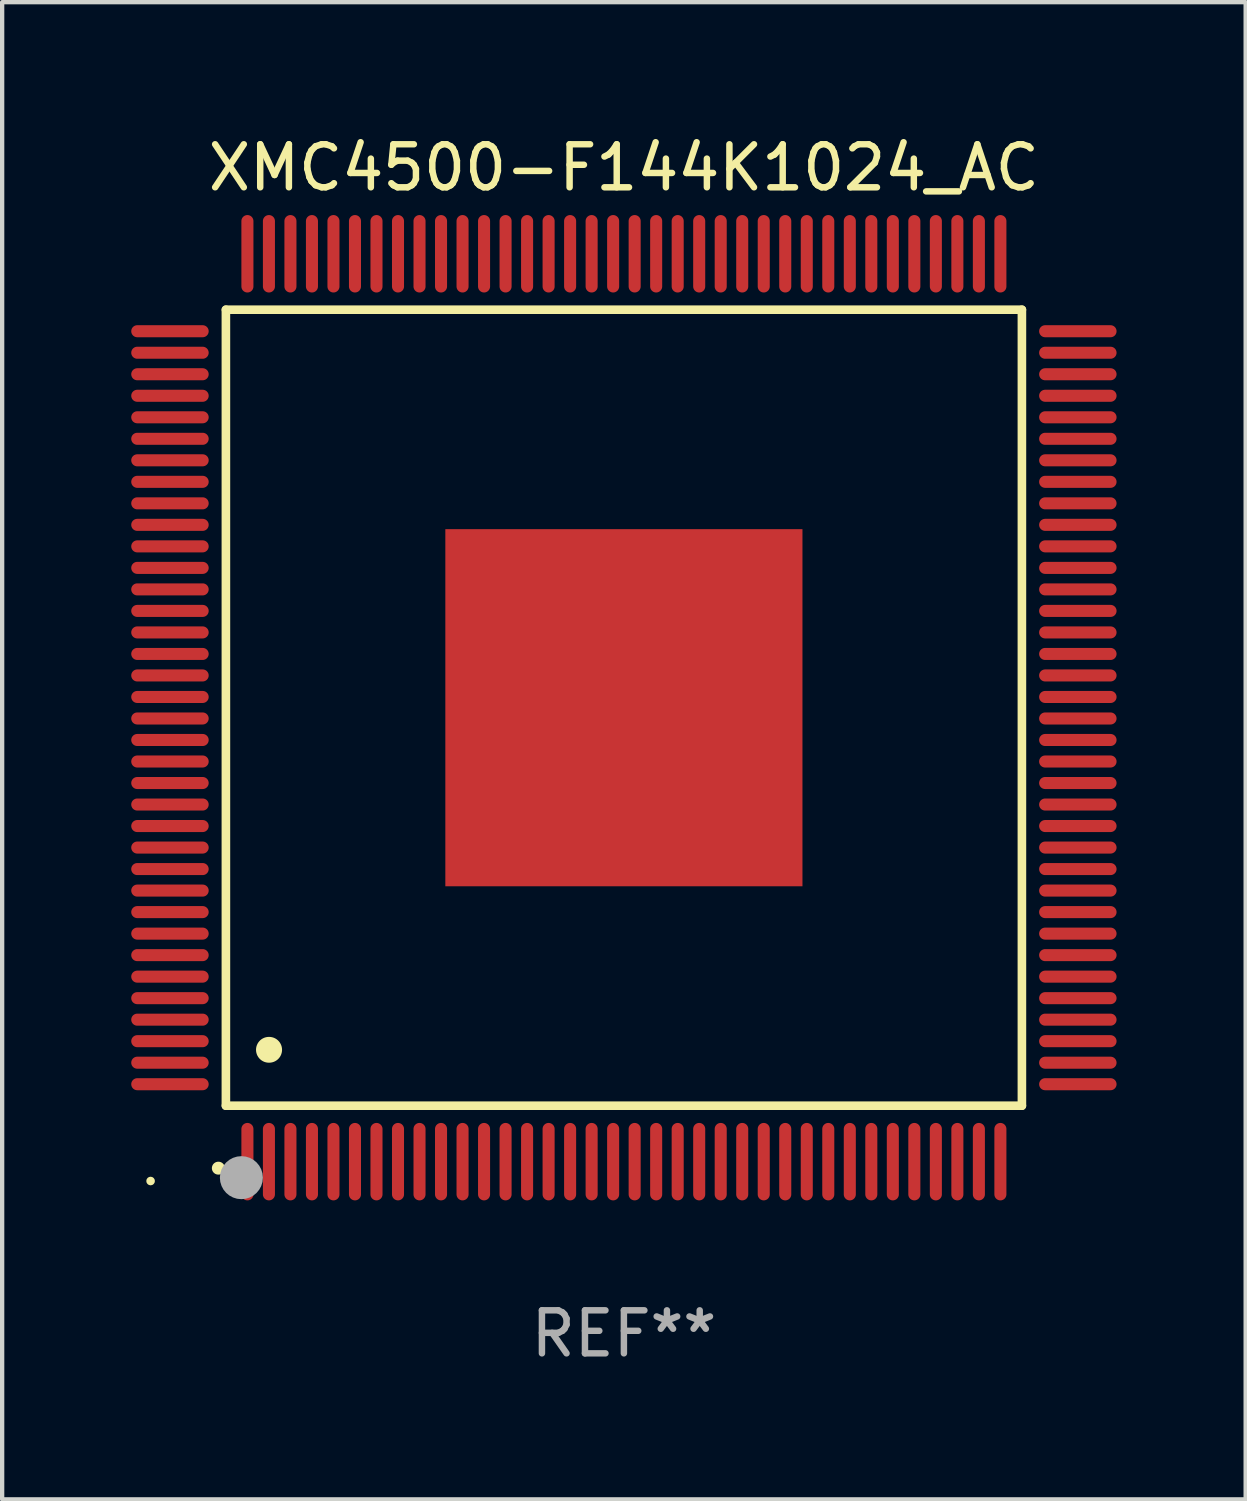
<source format=kicad_pcb>
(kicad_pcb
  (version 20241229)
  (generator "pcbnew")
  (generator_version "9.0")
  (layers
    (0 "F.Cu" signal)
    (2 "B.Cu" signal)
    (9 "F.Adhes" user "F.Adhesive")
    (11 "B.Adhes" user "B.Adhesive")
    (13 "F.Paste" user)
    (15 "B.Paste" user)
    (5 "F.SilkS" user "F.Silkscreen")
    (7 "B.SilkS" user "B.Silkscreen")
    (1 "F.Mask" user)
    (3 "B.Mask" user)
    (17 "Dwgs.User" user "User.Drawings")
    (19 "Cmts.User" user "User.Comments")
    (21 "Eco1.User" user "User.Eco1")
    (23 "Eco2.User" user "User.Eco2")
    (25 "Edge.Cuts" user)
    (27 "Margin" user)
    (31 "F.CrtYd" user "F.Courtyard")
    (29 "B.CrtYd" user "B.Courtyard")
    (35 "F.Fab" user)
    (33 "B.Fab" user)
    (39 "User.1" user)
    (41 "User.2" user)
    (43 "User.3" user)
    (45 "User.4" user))
  (footprint "XMC4500-F144K1024_AC"
    (layer "F.Cu")
    (at 11.45 13.398)
    (property "Reference" "XMC4500-F144K1024_AC" (at 0 -12.55 0) (layer "F.SilkS") (effects (font (size 1 1) (thickness 0.15))))
    (attr through_hole)
    (fp_line (start -9.25 -9.25) (end 9.25 -9.25) (stroke (width 0.2) (type solid)) (layer "F.SilkS"))
    (fp_line (start -9.25 9.25) (end -9.25 -9.25) (stroke (width 0.2) (type solid)) (layer "F.SilkS"))
    (fp_line (start 9.25 -9.25) (end 9.25 9.25) (stroke (width 0.2) (type solid)) (layer "F.SilkS"))
    (fp_line (start 9.25 9.25) (end -9.25 9.25) (stroke (width 0.2) (type solid)) (layer "F.SilkS"))
    (fp_arc (start -9.425959 10.701041) (mid -9.424689 10.701036) (end -9.423419 10.701041) (stroke (width 0.3) (type solid)) (layer "F.SilkS"))
    (fp_arc (start -8.249936 7.950216) (mid -8.247396 7.950205) (end -8.244856 7.950216) (stroke (width 0.6) (type solid)) (layer "F.SilkS"))
    (fp_circle (center -11 11) (end -10.95 11) (stroke (width 0.1) (type solid)) (fill no) (layer "F.SilkS"))
    (fp_circle (center -8.89 10.922) (end -8.64 10.922) (stroke (width 0.5) (type solid)) (fill no) (layer "F.Fab"))
    (fp_text user "REF**" (at 0 14.55 0) (layer "F.Fab") (effects (font (size 1 1) (thickness 0.15))))
    (pad "1" smd oval (at -8.75 10.55) (size 0.28 1.8) (layers "F.Cu" "F.Mask" "F.Paste"))
    (pad "2" smd oval (at -8.25 10.55) (size 0.28 1.8) (layers "F.Cu" "F.Mask" "F.Paste"))
    (pad "3" smd oval (at -7.75 10.55) (size 0.28 1.8) (layers "F.Cu" "F.Mask" "F.Paste"))
    (pad "4" smd oval (at -7.25 10.55) (size 0.28 1.8) (layers "F.Cu" "F.Mask" "F.Paste"))
    (pad "5" smd oval (at -6.75 10.55) (size 0.28 1.8) (layers "F.Cu" "F.Mask" "F.Paste"))
    (pad "6" smd oval (at -6.25 10.55) (size 0.28 1.8) (layers "F.Cu" "F.Mask" "F.Paste"))
    (pad "7" smd oval (at -5.75 10.55) (size 0.28 1.8) (layers "F.Cu" "F.Mask" "F.Paste"))
    (pad "8" smd oval (at -5.25 10.55) (size 0.28 1.8) (layers "F.Cu" "F.Mask" "F.Paste"))
    (pad "9" smd oval (at -4.75 10.55) (size 0.28 1.8) (layers "F.Cu" "F.Mask" "F.Paste"))
    (pad "10" smd oval (at -4.25 10.55) (size 0.28 1.8) (layers "F.Cu" "F.Mask" "F.Paste"))
    (pad "11" smd oval (at -3.75 10.55) (size 0.28 1.8) (layers "F.Cu" "F.Mask" "F.Paste"))
    (pad "12" smd oval (at -3.25 10.55) (size 0.28 1.8) (layers "F.Cu" "F.Mask" "F.Paste"))
    (pad "13" smd oval (at -2.75 10.55) (size 0.28 1.8) (layers "F.Cu" "F.Mask" "F.Paste"))
    (pad "14" smd oval (at -2.25 10.55) (size 0.28 1.8) (layers "F.Cu" "F.Mask" "F.Paste"))
    (pad "15" smd oval (at -1.75 10.55) (size 0.28 1.8) (layers "F.Cu" "F.Mask" "F.Paste"))
    (pad "16" smd oval (at -1.25 10.55) (size 0.28 1.8) (layers "F.Cu" "F.Mask" "F.Paste"))
    (pad "17" smd oval (at -0.75 10.55) (size 0.28 1.8) (layers "F.Cu" "F.Mask" "F.Paste"))
    (pad "18" smd oval (at -0.25 10.55) (size 0.28 1.8) (layers "F.Cu" "F.Mask" "F.Paste"))
    (pad "19" smd oval (at 0.25 10.55) (size 0.28 1.8) (layers "F.Cu" "F.Mask" "F.Paste"))
    (pad "20" smd oval (at 0.75 10.55) (size 0.28 1.8) (layers "F.Cu" "F.Mask" "F.Paste"))
    (pad "21" smd oval (at 1.25 10.55) (size 0.28 1.8) (layers "F.Cu" "F.Mask" "F.Paste"))
    (pad "22" smd oval (at 1.75 10.55) (size 0.28 1.8) (layers "F.Cu" "F.Mask" "F.Paste"))
    (pad "23" smd oval (at 2.25 10.55) (size 0.28 1.8) (layers "F.Cu" "F.Mask" "F.Paste"))
    (pad "24" smd oval (at 2.75 10.55) (size 0.28 1.8) (layers "F.Cu" "F.Mask" "F.Paste"))
    (pad "25" smd oval (at 3.25 10.55) (size 0.28 1.8) (layers "F.Cu" "F.Mask" "F.Paste"))
    (pad "26" smd oval (at 3.75 10.55) (size 0.28 1.8) (layers "F.Cu" "F.Mask" "F.Paste"))
    (pad "27" smd oval (at 4.25 10.55) (size 0.28 1.8) (layers "F.Cu" "F.Mask" "F.Paste"))
    (pad "28" smd oval (at 4.75 10.55) (size 0.28 1.8) (layers "F.Cu" "F.Mask" "F.Paste"))
    (pad "29" smd oval (at 5.25 10.55) (size 0.28 1.8) (layers "F.Cu" "F.Mask" "F.Paste"))
    (pad "30" smd oval (at 5.75 10.55) (size 0.28 1.8) (layers "F.Cu" "F.Mask" "F.Paste"))
    (pad "31" smd oval (at 6.25 10.55) (size 0.28 1.8) (layers "F.Cu" "F.Mask" "F.Paste"))
    (pad "32" smd oval (at 6.75 10.55) (size 0.28 1.8) (layers "F.Cu" "F.Mask" "F.Paste"))
    (pad "33" smd oval (at 7.25 10.55) (size 0.28 1.8) (layers "F.Cu" "F.Mask" "F.Paste"))
    (pad "34" smd oval (at 7.75 10.55) (size 0.28 1.8) (layers "F.Cu" "F.Mask" "F.Paste"))
    (pad "35" smd oval (at 8.25 10.55) (size 0.28 1.8) (layers "F.Cu" "F.Mask" "F.Paste"))
    (pad "36" smd oval (at 8.75 10.55) (size 0.28 1.8) (layers "F.Cu" "F.Mask" "F.Paste"))
    (pad "37" smd oval (at 10.55 8.75) (size 1.8 0.28) (layers "F.Cu" "F.Mask" "F.Paste"))
    (pad "38" smd oval (at 10.55 8.25) (size 1.8 0.28) (layers "F.Cu" "F.Mask" "F.Paste"))
    (pad "39" smd oval (at 10.55 7.75) (size 1.8 0.28) (layers "F.Cu" "F.Mask" "F.Paste"))
    (pad "40" smd oval (at 10.55 7.25) (size 1.8 0.28) (layers "F.Cu" "F.Mask" "F.Paste"))
    (pad "41" smd oval (at 10.55 6.75) (size 1.8 0.28) (layers "F.Cu" "F.Mask" "F.Paste"))
    (pad "42" smd oval (at 10.55 6.25) (size 1.8 0.28) (layers "F.Cu" "F.Mask" "F.Paste"))
    (pad "43" smd oval (at 10.55 5.75) (size 1.8 0.28) (layers "F.Cu" "F.Mask" "F.Paste"))
    (pad "44" smd oval (at 10.55 5.25) (size 1.8 0.28) (layers "F.Cu" "F.Mask" "F.Paste"))
    (pad "45" smd oval (at 10.55 4.75) (size 1.8 0.28) (layers "F.Cu" "F.Mask" "F.Paste"))
    (pad "46" smd oval (at 10.55 4.25) (size 1.8 0.28) (layers "F.Cu" "F.Mask" "F.Paste"))
    (pad "47" smd oval (at 10.55 3.75) (size 1.8 0.28) (layers "F.Cu" "F.Mask" "F.Paste"))
    (pad "48" smd oval (at 10.55 3.25) (size 1.8 0.28) (layers "F.Cu" "F.Mask" "F.Paste"))
    (pad "49" smd oval (at 10.55 2.75) (size 1.8 0.28) (layers "F.Cu" "F.Mask" "F.Paste"))
    (pad "50" smd oval (at 10.55 2.25) (size 1.8 0.28) (layers "F.Cu" "F.Mask" "F.Paste"))
    (pad "51" smd oval (at 10.55 1.75) (size 1.8 0.28) (layers "F.Cu" "F.Mask" "F.Paste"))
    (pad "52" smd oval (at 10.55 1.25) (size 1.8 0.28) (layers "F.Cu" "F.Mask" "F.Paste"))
    (pad "53" smd oval (at 10.55 0.75) (size 1.8 0.28) (layers "F.Cu" "F.Mask" "F.Paste"))
    (pad "54" smd oval (at 10.55 0.25) (size 1.8 0.28) (layers "F.Cu" "F.Mask" "F.Paste"))
    (pad "55" smd oval (at 10.55 -0.25) (size 1.8 0.28) (layers "F.Cu" "F.Mask" "F.Paste"))
    (pad "56" smd oval (at 10.55 -0.75) (size 1.8 0.28) (layers "F.Cu" "F.Mask" "F.Paste"))
    (pad "57" smd oval (at 10.55 -1.25) (size 1.8 0.28) (layers "F.Cu" "F.Mask" "F.Paste"))
    (pad "58" smd oval (at 10.55 -1.75) (size 1.8 0.28) (layers "F.Cu" "F.Mask" "F.Paste"))
    (pad "59" smd oval (at 10.55 -2.25) (size 1.8 0.28) (layers "F.Cu" "F.Mask" "F.Paste"))
    (pad "60" smd oval (at 10.55 -2.75) (size 1.8 0.28) (layers "F.Cu" "F.Mask" "F.Paste"))
    (pad "61" smd oval (at 10.55 -3.25) (size 1.8 0.28) (layers "F.Cu" "F.Mask" "F.Paste"))
    (pad "62" smd oval (at 10.55 -3.75) (size 1.8 0.28) (layers "F.Cu" "F.Mask" "F.Paste"))
    (pad "63" smd oval (at 10.55 -4.25) (size 1.8 0.28) (layers "F.Cu" "F.Mask" "F.Paste"))
    (pad "64" smd oval (at 10.55 -4.75) (size 1.8 0.28) (layers "F.Cu" "F.Mask" "F.Paste"))
    (pad "65" smd oval (at 10.55 -5.25) (size 1.8 0.28) (layers "F.Cu" "F.Mask" "F.Paste"))
    (pad "66" smd oval (at 10.55 -5.75) (size 1.8 0.28) (layers "F.Cu" "F.Mask" "F.Paste"))
    (pad "67" smd oval (at 10.55 -6.25) (size 1.8 0.28) (layers "F.Cu" "F.Mask" "F.Paste"))
    (pad "68" smd oval (at 10.55 -6.75) (size 1.8 0.28) (layers "F.Cu" "F.Mask" "F.Paste"))
    (pad "69" smd oval (at 10.55 -7.25) (size 1.8 0.28) (layers "F.Cu" "F.Mask" "F.Paste"))
    (pad "70" smd oval (at 10.55 -7.75) (size 1.8 0.28) (layers "F.Cu" "F.Mask" "F.Paste"))
    (pad "71" smd oval (at 10.55 -8.25) (size 1.8 0.28) (layers "F.Cu" "F.Mask" "F.Paste"))
    (pad "72" smd oval (at 10.55 -8.75) (size 1.8 0.28) (layers "F.Cu" "F.Mask" "F.Paste"))
    (pad "73" smd oval (at 8.75 -10.55) (size 0.28 1.8) (layers "F.Cu" "F.Mask" "F.Paste"))
    (pad "74" smd oval (at 8.25 -10.55) (size 0.28 1.8) (layers "F.Cu" "F.Mask" "F.Paste"))
    (pad "75" smd oval (at 7.75 -10.55) (size 0.28 1.8) (layers "F.Cu" "F.Mask" "F.Paste"))
    (pad "76" smd oval (at 7.25 -10.55) (size 0.28 1.8) (layers "F.Cu" "F.Mask" "F.Paste"))
    (pad "77" smd oval (at 6.75 -10.55) (size 0.28 1.8) (layers "F.Cu" "F.Mask" "F.Paste"))
    (pad "78" smd oval (at 6.25 -10.55) (size 0.28 1.8) (layers "F.Cu" "F.Mask" "F.Paste"))
    (pad "79" smd oval (at 5.75 -10.55) (size 0.28 1.8) (layers "F.Cu" "F.Mask" "F.Paste"))
    (pad "80" smd oval (at 5.25 -10.55) (size 0.28 1.8) (layers "F.Cu" "F.Mask" "F.Paste"))
    (pad "81" smd oval (at 4.75 -10.55) (size 0.28 1.8) (layers "F.Cu" "F.Mask" "F.Paste"))
    (pad "82" smd oval (at 4.25 -10.55) (size 0.28 1.8) (layers "F.Cu" "F.Mask" "F.Paste"))
    (pad "83" smd oval (at 3.75 -10.55) (size 0.28 1.8) (layers "F.Cu" "F.Mask" "F.Paste"))
    (pad "84" smd oval (at 3.25 -10.55) (size 0.28 1.8) (layers "F.Cu" "F.Mask" "F.Paste"))
    (pad "85" smd oval (at 2.75 -10.55) (size 0.28 1.8) (layers "F.Cu" "F.Mask" "F.Paste"))
    (pad "86" smd oval (at 2.25 -10.55) (size 0.28 1.8) (layers "F.Cu" "F.Mask" "F.Paste"))
    (pad "87" smd oval (at 1.75 -10.55) (size 0.28 1.8) (layers "F.Cu" "F.Mask" "F.Paste"))
    (pad "88" smd oval (at 1.25 -10.55) (size 0.28 1.8) (layers "F.Cu" "F.Mask" "F.Paste"))
    (pad "89" smd oval (at 0.75 -10.55) (size 0.28 1.8) (layers "F.Cu" "F.Mask" "F.Paste"))
    (pad "90" smd oval (at 0.25 -10.55) (size 0.28 1.8) (layers "F.Cu" "F.Mask" "F.Paste"))
    (pad "91" smd oval (at -0.25 -10.55) (size 0.28 1.8) (layers "F.Cu" "F.Mask" "F.Paste"))
    (pad "92" smd oval (at -0.75 -10.55) (size 0.28 1.8) (layers "F.Cu" "F.Mask" "F.Paste"))
    (pad "93" smd oval (at -1.25 -10.55) (size 0.28 1.8) (layers "F.Cu" "F.Mask" "F.Paste"))
    (pad "94" smd oval (at -1.75 -10.55) (size 0.28 1.8) (layers "F.Cu" "F.Mask" "F.Paste"))
    (pad "95" smd oval (at -2.25 -10.55) (size 0.28 1.8) (layers "F.Cu" "F.Mask" "F.Paste"))
    (pad "96" smd oval (at -2.75 -10.55) (size 0.28 1.8) (layers "F.Cu" "F.Mask" "F.Paste"))
    (pad "97" smd oval (at -3.25 -10.55) (size 0.28 1.8) (layers "F.Cu" "F.Mask" "F.Paste"))
    (pad "98" smd oval (at -3.75 -10.55) (size 0.28 1.8) (layers "F.Cu" "F.Mask" "F.Paste"))
    (pad "99" smd oval (at -4.25 -10.55) (size 0.28 1.8) (layers "F.Cu" "F.Mask" "F.Paste"))
    (pad "100" smd oval (at -4.75 -10.55) (size 0.28 1.8) (layers "F.Cu" "F.Mask" "F.Paste"))
    (pad "101" smd oval (at -5.25 -10.55) (size 0.28 1.8) (layers "F.Cu" "F.Mask" "F.Paste"))
    (pad "102" smd oval (at -5.75 -10.55) (size 0.28 1.8) (layers "F.Cu" "F.Mask" "F.Paste"))
    (pad "103" smd oval (at -6.25 -10.55) (size 0.28 1.8) (layers "F.Cu" "F.Mask" "F.Paste"))
    (pad "104" smd oval (at -6.75 -10.55) (size 0.28 1.8) (layers "F.Cu" "F.Mask" "F.Paste"))
    (pad "105" smd oval (at -7.25 -10.55) (size 0.28 1.8) (layers "F.Cu" "F.Mask" "F.Paste"))
    (pad "106" smd oval (at -7.75 -10.55) (size 0.28 1.8) (layers "F.Cu" "F.Mask" "F.Paste"))
    (pad "107" smd oval (at -8.25 -10.55) (size 0.28 1.8) (layers "F.Cu" "F.Mask" "F.Paste"))
    (pad "108" smd oval (at -8.75 -10.55) (size 0.28 1.8) (layers "F.Cu" "F.Mask" "F.Paste"))
    (pad "109" smd oval (at -10.55 -8.75) (size 1.8 0.28) (layers "F.Cu" "F.Mask" "F.Paste"))
    (pad "110" smd oval (at -10.55 -8.25) (size 1.8 0.28) (layers "F.Cu" "F.Mask" "F.Paste"))
    (pad "111" smd oval (at -10.55 -7.75) (size 1.8 0.28) (layers "F.Cu" "F.Mask" "F.Paste"))
    (pad "112" smd oval (at -10.55 -7.25) (size 1.8 0.28) (layers "F.Cu" "F.Mask" "F.Paste"))
    (pad "113" smd oval (at -10.55 -6.75) (size 1.8 0.28) (layers "F.Cu" "F.Mask" "F.Paste"))
    (pad "114" smd oval (at -10.55 -6.25) (size 1.8 0.28) (layers "F.Cu" "F.Mask" "F.Paste"))
    (pad "115" smd oval (at -10.55 -5.75) (size 1.8 0.28) (layers "F.Cu" "F.Mask" "F.Paste"))
    (pad "116" smd oval (at -10.55 -5.25) (size 1.8 0.28) (layers "F.Cu" "F.Mask" "F.Paste"))
    (pad "117" smd oval (at -10.55 -4.75) (size 1.8 0.28) (layers "F.Cu" "F.Mask" "F.Paste"))
    (pad "118" smd oval (at -10.55 -4.25) (size 1.8 0.28) (layers "F.Cu" "F.Mask" "F.Paste"))
    (pad "119" smd oval (at -10.55 -3.75) (size 1.8 0.28) (layers "F.Cu" "F.Mask" "F.Paste"))
    (pad "120" smd oval (at -10.55 -3.25) (size 1.8 0.28) (layers "F.Cu" "F.Mask" "F.Paste"))
    (pad "121" smd oval (at -10.55 -2.75) (size 1.8 0.28) (layers "F.Cu" "F.Mask" "F.Paste"))
    (pad "122" smd oval (at -10.55 -2.25) (size 1.8 0.28) (layers "F.Cu" "F.Mask" "F.Paste"))
    (pad "123" smd oval (at -10.55 -1.75) (size 1.8 0.28) (layers "F.Cu" "F.Mask" "F.Paste"))
    (pad "124" smd oval (at -10.55 -1.25) (size 1.8 0.28) (layers "F.Cu" "F.Mask" "F.Paste"))
    (pad "125" smd oval (at -10.55 -0.75) (size 1.8 0.28) (layers "F.Cu" "F.Mask" "F.Paste"))
    (pad "126" smd oval (at -10.55 -0.25) (size 1.8 0.28) (layers "F.Cu" "F.Mask" "F.Paste"))
    (pad "127" smd oval (at -10.55 0.25) (size 1.8 0.28) (layers "F.Cu" "F.Mask" "F.Paste"))
    (pad "128" smd oval (at -10.55 0.75) (size 1.8 0.28) (layers "F.Cu" "F.Mask" "F.Paste"))
    (pad "129" smd oval (at -10.55 1.25) (size 1.8 0.28) (layers "F.Cu" "F.Mask" "F.Paste"))
    (pad "130" smd oval (at -10.55 1.75) (size 1.8 0.28) (layers "F.Cu" "F.Mask" "F.Paste"))
    (pad "131" smd oval (at -10.55 2.25) (size 1.8 0.28) (layers "F.Cu" "F.Mask" "F.Paste"))
    (pad "132" smd oval (at -10.55 2.75) (size 1.8 0.28) (layers "F.Cu" "F.Mask" "F.Paste"))
    (pad "133" smd oval (at -10.55 3.25) (size 1.8 0.28) (layers "F.Cu" "F.Mask" "F.Paste"))
    (pad "134" smd oval (at -10.55 3.75) (size 1.8 0.28) (layers "F.Cu" "F.Mask" "F.Paste"))
    (pad "135" smd oval (at -10.55 4.25) (size 1.8 0.28) (layers "F.Cu" "F.Mask" "F.Paste"))
    (pad "136" smd oval (at -10.55 4.75) (size 1.8 0.28) (layers "F.Cu" "F.Mask" "F.Paste"))
    (pad "137" smd oval (at -10.55 5.25) (size 1.8 0.28) (layers "F.Cu" "F.Mask" "F.Paste"))
    (pad "138" smd oval (at -10.55 5.75) (size 1.8 0.28) (layers "F.Cu" "F.Mask" "F.Paste"))
    (pad "139" smd oval (at -10.55 6.25) (size 1.8 0.28) (layers "F.Cu" "F.Mask" "F.Paste"))
    (pad "140" smd oval (at -10.55 6.75) (size 1.8 0.28) (layers "F.Cu" "F.Mask" "F.Paste"))
    (pad "141" smd oval (at -10.55 7.25) (size 1.8 0.28) (layers "F.Cu" "F.Mask" "F.Paste"))
    (pad "142" smd oval (at -10.55 7.75) (size 1.8 0.28) (layers "F.Cu" "F.Mask" "F.Paste"))
    (pad "143" smd oval (at -10.55 8.25) (size 1.8 0.28) (layers "F.Cu" "F.Mask" "F.Paste"))
    (pad "144" smd oval (at -10.55 8.75) (size 1.8 0.28) (layers "F.Cu" "F.Mask" "F.Paste"))
    (pad "145" smd rect (at 0 0) (size 8.3 8.3) (layers "F.Cu" "F.Mask" "F.Paste")))
  (gr_rect
    (start -3 -3)
    (end 25.9 31.796)
    (stroke (width 0.1) (type default))
    (fill no)
    (layer "Edge.Cuts")))
</source>
